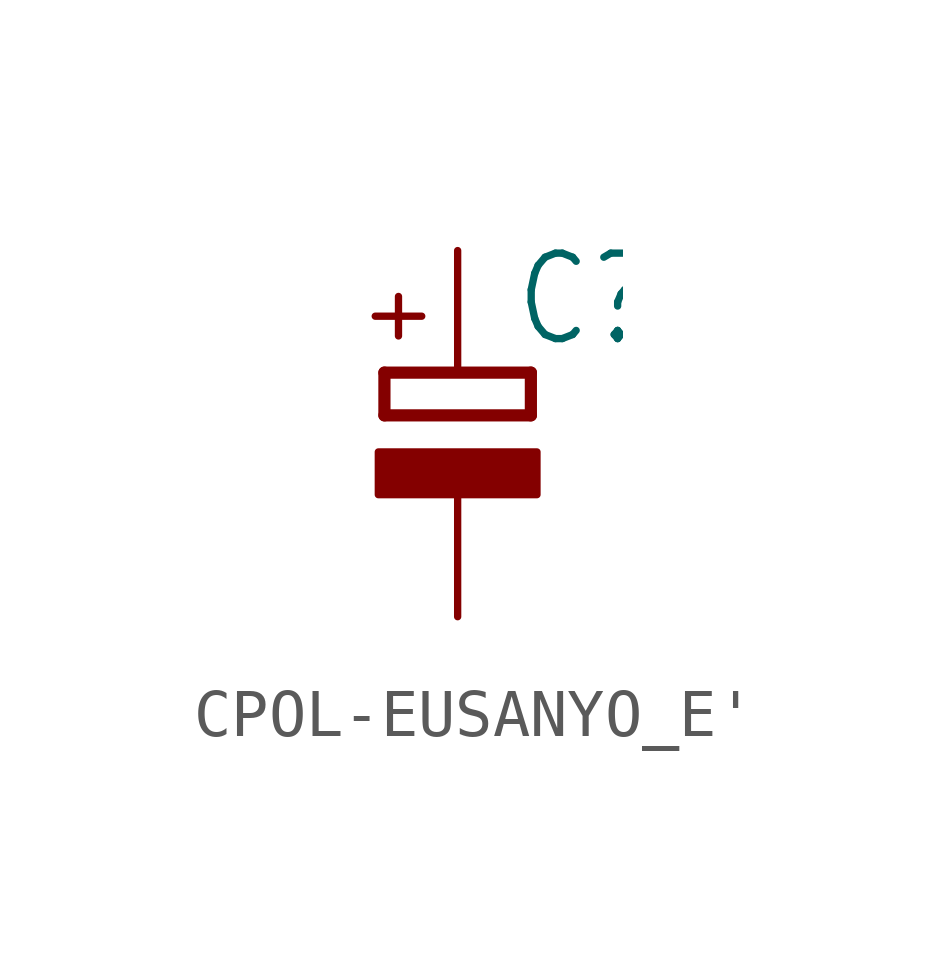
<source format=kicad_sym>
(kicad_symbol_lib
  (version 20231120)
  (generator "kicad_symbol_editor")
  (generator_version "8.0")
  (symbol "CPOL-EUSANYO_E'"
    (property "Reference" "C"
      (at 1.143 0.483 0)
      (effects (font (size 1.778 1.511)) (justify left bottom)))
    (property "Value" ""
      (at 1.143 -4.597 0)
      (effects (font (size 1.778 1.511)) (justify left bottom)))
    (property "ki_locked" ""
      (at 0 0 0)
      (effects (font (size 1.27 1.27))))
    (symbol "CPOL-EUSANYO_E'_1_0"
      (rectangle (start -1.651 -2.54) (end 1.651 -1.651) (stroke (width 0) (type default)) (fill (type outline)))
      (polyline (pts (xy -1.524 -0.889) (xy 1.524 -0.889)) (stroke (width 0.254) (type solid)) (fill (type none)))
      (polyline (pts (xy -1.524 0) (xy -1.524 -0.889)) (stroke (width 0.254) (type solid)) (fill (type none)))
      (polyline (pts (xy -1.524 0) (xy 1.524 0)) (stroke (width 0.254) (type solid)) (fill (type none)))
      (polyline (pts (xy 1.524 -0.889) (xy 1.524 0)) (stroke (width 0.254) (type solid)) (fill (type none)))
      (text "+" (at -0.584 0.406 900) (effects (font (size 1.27 1.079)) (justify left bottom)))
      (pin passive line (at 0 2.54 270) (length 2.54) (name "+" (effects (font (size 0 0)))) (number "+" (effects (font (size 0 0)))))
      (pin passive line (at 0 -5.08 90) (length 2.54) (name "-" (effects (font (size 0 0)))) (number "-" (effects (font (size 0 0))))))))
</source>
